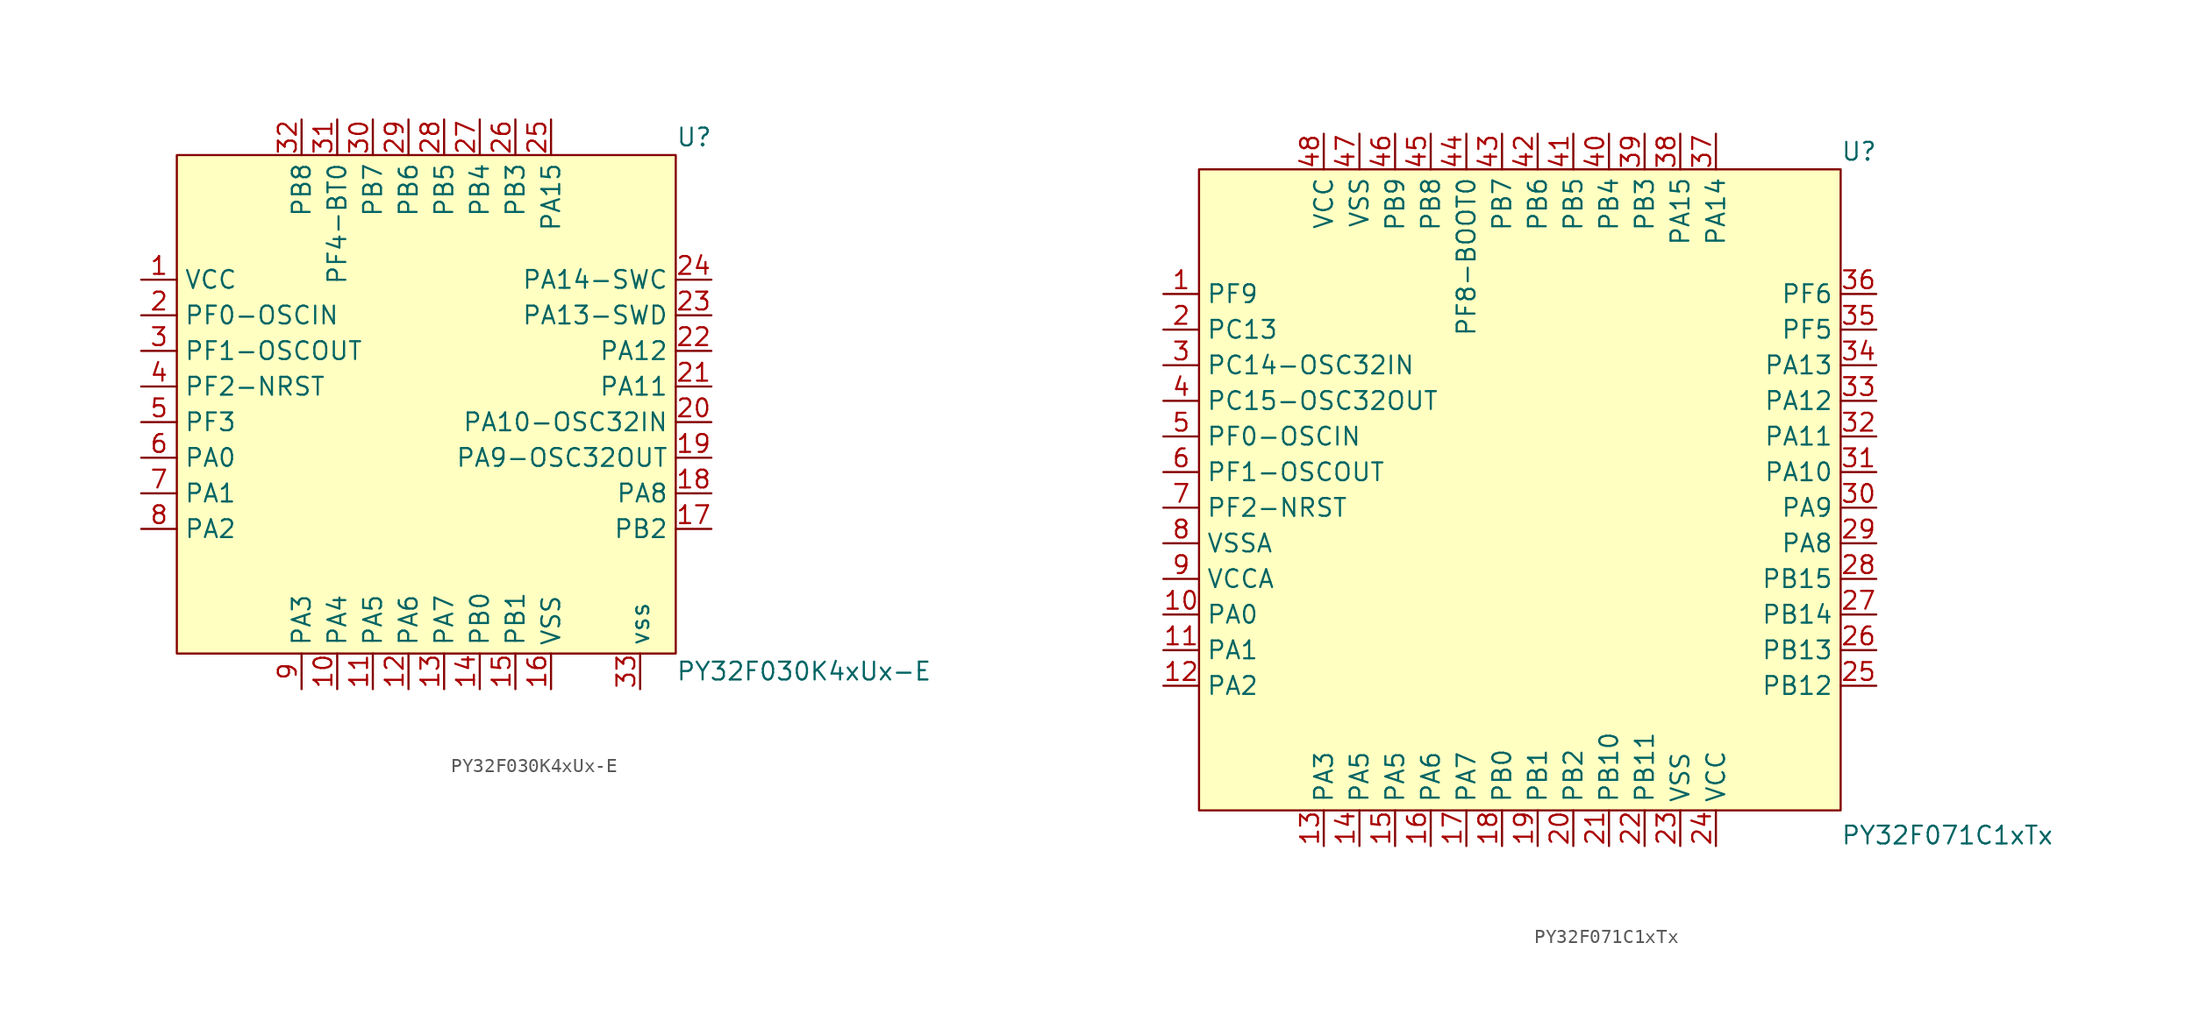
<source format=kicad_sym>
(kicad_symbol_lib
  (version 20241209)
  (generator "kicad_symbol_editor")
  (generator_version "9.0")
  (symbol "PY32F030K4xUx-E"
    (property "Reference" "U"
      (at 17.78 19.05 0)
      (effects (font (size 1.27 1.27)) (justify left)))
    (property "Value" "PY32F030K4xUx-E"
      (at 17.78 -19.05 0)
      (effects (font (size 1.27 1.27)) (justify left)))
    (symbol "PY32F030K4xUx-E_0_0"
      (pin unspecified line (at -20.32 8.89 0) (length 2.54) (name "VCC" (effects (font (size 1.27 1.27)))) (number "1" (effects (font (size 1.27 1.27)))))
      (pin unspecified line (at -20.32 6.35 0) (length 2.54) (name "PF0-OSCIN" (effects (font (size 1.27 1.27)))) (number "2" (effects (font (size 1.27 1.27)))))
      (pin unspecified line (at -20.32 1.27 0) (length 2.54) (name "PF2-NRST" (effects (font (size 1.27 1.27)))) (number "4" (effects (font (size 1.27 1.27)))))
      (pin unspecified line (at -20.32 -1.27 0) (length 2.54) (name "PF3" (effects (font (size 1.27 1.27)))) (number "5" (effects (font (size 1.27 1.27)))))
      (pin unspecified line (at -20.32 -3.81 0) (length 2.54) (name "PA0" (effects (font (size 1.27 1.27)))) (number "6" (effects (font (size 1.27 1.27)))))
      (pin unspecified line (at -20.32 -6.35 0) (length 2.54) (name "PA1" (effects (font (size 1.27 1.27)))) (number "7" (effects (font (size 1.27 1.27)))))
      (pin unspecified line (at -20.32 -8.89 0) (length 2.54) (name "PA2" (effects (font (size 1.27 1.27)))) (number "8" (effects (font (size 1.27 1.27)))))
      (pin unspecified line (at -8.89 20.32 270) (length 2.54) (name "PB8" (effects (font (size 1.27 1.27)))) (number "32" (effects (font (size 1.27 1.27)))))
      (pin unspecified line (at -8.89 -20.32 90) (length 2.54) (name "PA3" (effects (font (size 1.27 1.27)))) (number "9" (effects (font (size 1.27 1.27)))))
      (pin unspecified line (at -6.35 -20.32 90) (length 2.54) (name "PA4" (effects (font (size 1.27 1.27)))) (number "10" (effects (font (size 1.27 1.27)))))
      (pin unspecified line (at -3.81 20.32 270) (length 2.54) (name "PB7" (effects (font (size 1.27 1.27)))) (number "30" (effects (font (size 1.27 1.27)))))
      (pin unspecified line (at -3.81 -20.32 90) (length 2.54) (name "PA5" (effects (font (size 1.27 1.27)))) (number "11" (effects (font (size 1.27 1.27)))))
      (pin unspecified line (at -1.27 20.32 270) (length 2.54) (name "PB6" (effects (font (size 1.27 1.27)))) (number "29" (effects (font (size 1.27 1.27)))))
      (pin unspecified line (at -1.27 -20.32 90) (length 2.54) (name "PA6" (effects (font (size 1.27 1.27)))) (number "12" (effects (font (size 1.27 1.27)))))
      (pin unspecified line (at 1.27 20.32 270) (length 2.54) (name "PB5" (effects (font (size 1.27 1.27)))) (number "28" (effects (font (size 1.27 1.27)))))
      (pin unspecified line (at 1.27 -20.32 90) (length 2.54) (name "PA7" (effects (font (size 1.27 1.27)))) (number "13" (effects (font (size 1.27 1.27)))))
      (pin unspecified line (at 3.81 20.32 270) (length 2.54) (name "PB4" (effects (font (size 1.27 1.27)))) (number "27" (effects (font (size 1.27 1.27)))))
      (pin unspecified line (at 3.81 -20.32 90) (length 2.54) (name "PB0" (effects (font (size 1.27 1.27)))) (number "14" (effects (font (size 1.27 1.27)))))
      (pin unspecified line (at 6.35 20.32 270) (length 2.54) (name "PB3" (effects (font (size 1.27 1.27)))) (number "26" (effects (font (size 1.27 1.27)))))
      (pin unspecified line (at 6.35 -20.32 90) (length 2.54) (name "PB1" (effects (font (size 1.27 1.27)))) (number "15" (effects (font (size 1.27 1.27)))))
      (pin unspecified line (at 8.89 -20.32 90) (length 2.54) (name "VSS" (effects (font (size 1.27 1.27)))) (number "16" (effects (font (size 1.27 1.27)))))
      (pin unspecified line (at 20.32 6.35 180) (length 2.54) (name "PA13-SWD" (effects (font (size 1.27 1.27)))) (number "23" (effects (font (size 1.27 1.27)))))
      (pin unspecified line (at 20.32 3.81 180) (length 2.54) (name "PA12" (effects (font (size 1.27 1.27)))) (number "22" (effects (font (size 1.27 1.27)))))
      (pin unspecified line (at 20.32 1.27 180) (length 2.54) (name "PA11" (effects (font (size 1.27 1.27)))) (number "21" (effects (font (size 1.27 1.27)))))
      (pin unspecified line (at 20.32 -1.27 180) (length 2.54) (name "PA10-OSC32IN" (effects (font (size 1.27 1.27)))) (number "20" (effects (font (size 1.27 1.27)))))
      (pin unspecified line (at 20.32 -3.81 180) (length 2.54) (name "PA9-OSC32OUT" (effects (font (size 1.27 1.27)))) (number "19" (effects (font (size 1.27 1.27)))))
      (pin unspecified line (at 20.32 -6.35 180) (length 2.54) (name "PA8" (effects (font (size 1.27 1.27)))) (number "18" (effects (font (size 1.27 1.27)))))
      (pin unspecified line (at 20.32 -8.89 180) (length 2.54) (name "PB2" (effects (font (size 1.27 1.27)))) (number "17" (effects (font (size 1.27 1.27))))))
    (symbol "PY32F030K4xUx-E_1_0"
      (pin unspecified line (at -20.32 3.81 0) (length 2.54) (name "PF1-OSCOUT" (effects (font (size 1.27 1.27)))) (number "3" (effects (font (size 1.27 1.27)))))
      (pin unspecified line (at -6.35 20.32 270) (length 2.54) (name "PF4-BT0" (effects (font (size 1.27 1.27)))) (number "31" (effects (font (size 1.27 1.27)))))
      (pin unspecified line (at 8.89 20.32 270) (length 2.54) (name "PA15" (effects (font (size 1.27 1.27)))) (number "25" (effects (font (size 1.27 1.27)))))
      (pin unspecified line (at 15.24 -20.32 90) (length 2.54) (name "vss" (effects (font (size 1.27 1.27)))) (number "33" (effects (font (size 1.27 1.27)))))
      (pin unspecified line (at 20.32 8.89 180) (length 2.54) (name "PA14-SWC" (effects (font (size 1.27 1.27)))) (number "24" (effects (font (size 1.27 1.27))))))
    (symbol "PY32F030K4xUx-E_1_1"
      (rectangle (start -17.78 17.78) (end 17.78 -17.78) (stroke (width 0) (type solid)) (fill (type background)))))
  (symbol "PY32F071C1xTx"
    (property "Reference" "U"
      (at 22.86 24.13 0)
      (effects (font (size 1.27 1.27)) (justify left)))
    (property "Value" "PY32F071C1xTx"
      (at 22.86 -24.638 0)
      (effects (font (size 1.27 1.27)) (justify left)))
    (symbol "PY32F071C1xTx_0_0"
      (pin unspecified line (at -25.4 13.97 0) (length 2.54) (name "PF9" (effects (font (size 1.27 1.27)))) (number "1" (effects (font (size 1.27 1.27)))))
      (pin unspecified line (at -25.4 11.43 0) (length 2.54) (name "PC13" (effects (font (size 1.27 1.27)))) (number "2" (effects (font (size 1.27 1.27)))))
      (pin unspecified line (at -25.4 8.89 0) (length 2.54) (name "PC14-OSC32IN" (effects (font (size 1.27 1.27)))) (number "3" (effects (font (size 1.27 1.27)))))
      (pin unspecified line (at -25.4 6.35 0) (length 2.54) (name "PC15-OSC32OUT" (effects (font (size 1.27 1.27)))) (number "4" (effects (font (size 1.27 1.27)))))
      (pin unspecified line (at -25.4 3.81 0) (length 2.54) (name "PF0-OSCIN" (effects (font (size 1.27 1.27)))) (number "5" (effects (font (size 1.27 1.27)))))
      (pin unspecified line (at -25.4 1.27 0) (length 2.54) (name "PF1-OSCOUT" (effects (font (size 1.27 1.27)))) (number "6" (effects (font (size 1.27 1.27)))))
      (pin unspecified line (at -25.4 -1.27 0) (length 2.54) (name "PF2-NRST" (effects (font (size 1.27 1.27)))) (number "7" (effects (font (size 1.27 1.27)))))
      (pin unspecified line (at -25.4 -3.81 0) (length 2.54) (name "VSSA" (effects (font (size 1.27 1.27)))) (number "8" (effects (font (size 1.27 1.27)))))
      (pin unspecified line (at -25.4 -6.35 0) (length 2.54) (name "VCCA" (effects (font (size 1.27 1.27)))) (number "9" (effects (font (size 1.27 1.27)))))
      (pin unspecified line (at -25.4 -8.89 0) (length 2.54) (name "PA0" (effects (font (size 1.27 1.27)))) (number "10" (effects (font (size 1.27 1.27)))))
      (pin unspecified line (at -25.4 -11.43 0) (length 2.54) (name "PA1" (effects (font (size 1.27 1.27)))) (number "11" (effects (font (size 1.27 1.27)))))
      (pin unspecified line (at -25.4 -13.97 0) (length 2.54) (name "PA2" (effects (font (size 1.27 1.27)))) (number "12" (effects (font (size 1.27 1.27)))))
      (pin unspecified line (at -13.97 25.4 270) (length 2.54) (name "VCC" (effects (font (size 1.27 1.27)))) (number "48" (effects (font (size 1.27 1.27)))))
      (pin unspecified line (at -13.97 -25.4 90) (length 2.54) (name "PA3" (effects (font (size 1.27 1.27)))) (number "13" (effects (font (size 1.27 1.27)))))
      (pin unspecified line (at -11.43 25.4 270) (length 2.54) (name "VSS" (effects (font (size 1.27 1.27)))) (number "47" (effects (font (size 1.27 1.27)))))
      (pin unspecified line (at -11.43 -25.4 90) (length 2.54) (name "PA5" (effects (font (size 1.27 1.27)))) (number "14" (effects (font (size 1.27 1.27)))))
      (pin unspecified line (at -8.89 25.4 270) (length 2.54) (name "PB9" (effects (font (size 1.27 1.27)))) (number "46" (effects (font (size 1.27 1.27)))))
      (pin unspecified line (at -8.89 -25.4 90) (length 2.54) (name "PA5" (effects (font (size 1.27 1.27)))) (number "15" (effects (font (size 1.27 1.27)))))
      (pin unspecified line (at -6.35 25.4 270) (length 2.54) (name "PB8" (effects (font (size 1.27 1.27)))) (number "45" (effects (font (size 1.27 1.27)))))
      (pin unspecified line (at -6.35 -25.4 90) (length 2.54) (name "PA6" (effects (font (size 1.27 1.27)))) (number "16" (effects (font (size 1.27 1.27)))))
      (pin unspecified line (at -3.81 25.4 270) (length 2.54) (name "PF8-BOOT0" (effects (font (size 1.27 1.27)))) (number "44" (effects (font (size 1.27 1.27)))))
      (pin unspecified line (at -3.81 -25.4 90) (length 2.54) (name "PA7" (effects (font (size 1.27 1.27)))) (number "17" (effects (font (size 1.27 1.27)))))
      (pin unspecified line (at -1.27 25.4 270) (length 2.54) (name "PB7" (effects (font (size 1.27 1.27)))) (number "43" (effects (font (size 1.27 1.27)))))
      (pin unspecified line (at -1.27 -25.4 90) (length 2.54) (name "PB0" (effects (font (size 1.27 1.27)))) (number "18" (effects (font (size 1.27 1.27)))))
      (pin unspecified line (at 1.27 25.4 270) (length 2.54) (name "PB6" (effects (font (size 1.27 1.27)))) (number "42" (effects (font (size 1.27 1.27)))))
      (pin unspecified line (at 1.27 -25.4 90) (length 2.54) (name "PB1" (effects (font (size 1.27 1.27)))) (number "19" (effects (font (size 1.27 1.27)))))
      (pin unspecified line (at 3.81 -25.4 90) (length 2.54) (name "PB2" (effects (font (size 1.27 1.27)))) (number "20" (effects (font (size 1.27 1.27)))))
      (pin unspecified line (at 6.35 -25.4 90) (length 2.54) (name "PB10" (effects (font (size 1.27 1.27)))) (number "21" (effects (font (size 1.27 1.27)))))
      (pin unspecified line (at 8.89 25.4 270) (length 2.54) (name "PB3" (effects (font (size 1.27 1.27)))) (number "39" (effects (font (size 1.27 1.27)))))
      (pin unspecified line (at 8.89 -25.4 90) (length 2.54) (name "PB11" (effects (font (size 1.27 1.27)))) (number "22" (effects (font (size 1.27 1.27)))))
      (pin unspecified line (at 11.43 25.4 270) (length 2.54) (name "PA15" (effects (font (size 1.27 1.27)))) (number "38" (effects (font (size 1.27 1.27)))))
      (pin unspecified line (at 11.43 -25.4 90) (length 2.54) (name "VSS" (effects (font (size 1.27 1.27)))) (number "23" (effects (font (size 1.27 1.27)))))
      (pin unspecified line (at 13.97 25.4 270) (length 2.54) (name "PA14" (effects (font (size 1.27 1.27)))) (number "37" (effects (font (size 1.27 1.27)))))
      (pin unspecified line (at 25.4 13.97 180) (length 2.54) (name "PF6" (effects (font (size 1.27 1.27)))) (number "36" (effects (font (size 1.27 1.27)))))
      (pin unspecified line (at 25.4 11.43 180) (length 2.54) (name "PF5" (effects (font (size 1.27 1.27)))) (number "35" (effects (font (size 1.27 1.27)))))
      (pin unspecified line (at 25.4 8.89 180) (length 2.54) (name "PA13" (effects (font (size 1.27 1.27)))) (number "34" (effects (font (size 1.27 1.27)))))
      (pin unspecified line (at 25.4 6.35 180) (length 2.54) (name "PA12" (effects (font (size 1.27 1.27)))) (number "33" (effects (font (size 1.27 1.27)))))
      (pin unspecified line (at 25.4 3.81 180) (length 2.54) (name "PA11" (effects (font (size 1.27 1.27)))) (number "32" (effects (font (size 1.27 1.27)))))
      (pin unspecified line (at 25.4 1.27 180) (length 2.54) (name "PA10" (effects (font (size 1.27 1.27)))) (number "31" (effects (font (size 1.27 1.27)))))
      (pin unspecified line (at 25.4 -1.27 180) (length 2.54) (name "PA9" (effects (font (size 1.27 1.27)))) (number "30" (effects (font (size 1.27 1.27)))))
      (pin unspecified line (at 25.4 -3.81 180) (length 2.54) (name "PA8" (effects (font (size 1.27 1.27)))) (number "29" (effects (font (size 1.27 1.27)))))
      (pin unspecified line (at 25.4 -6.35 180) (length 2.54) (name "PB15" (effects (font (size 1.27 1.27)))) (number "28" (effects (font (size 1.27 1.27)))))
      (pin unspecified line (at 25.4 -8.89 180) (length 2.54) (name "PB14" (effects (font (size 1.27 1.27)))) (number "27" (effects (font (size 1.27 1.27)))))
      (pin unspecified line (at 25.4 -11.43 180) (length 2.54) (name "PB13" (effects (font (size 1.27 1.27)))) (number "26" (effects (font (size 1.27 1.27))))))
    (symbol "PY32F071C1xTx_1_0"
      (pin unspecified line (at 3.81 25.4 270) (length 2.54) (name "PB5" (effects (font (size 1.27 1.27)))) (number "41" (effects (font (size 1.27 1.27)))))
      (pin unspecified line (at 6.35 25.4 270) (length 2.54) (name "PB4" (effects (font (size 1.27 1.27)))) (number "40" (effects (font (size 1.27 1.27)))))
      (pin unspecified line (at 13.97 -25.4 90) (length 2.54) (name "VCC" (effects (font (size 1.27 1.27)))) (number "24" (effects (font (size 1.27 1.27)))))
      (pin unspecified line (at 25.4 -13.97 180) (length 2.54) (name "PB12" (effects (font (size 1.27 1.27)))) (number "25" (effects (font (size 1.27 1.27))))))
    (symbol "PY32F071C1xTx_1_1"
      (rectangle (start -22.86 22.86) (end 22.86 -22.86) (stroke (width 0) (type solid)) (fill (type background))))))
</source>
